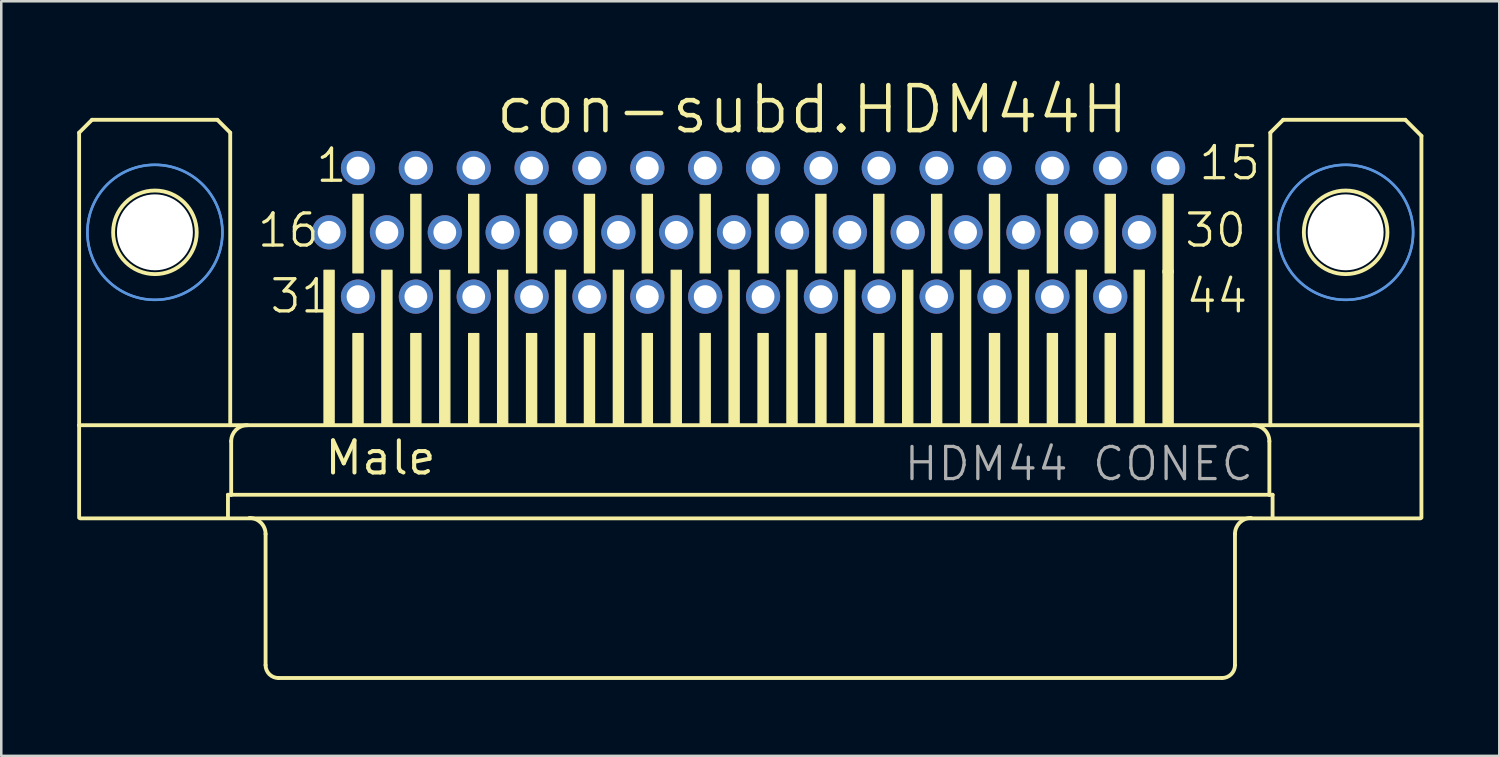
<source format=kicad_pcb>
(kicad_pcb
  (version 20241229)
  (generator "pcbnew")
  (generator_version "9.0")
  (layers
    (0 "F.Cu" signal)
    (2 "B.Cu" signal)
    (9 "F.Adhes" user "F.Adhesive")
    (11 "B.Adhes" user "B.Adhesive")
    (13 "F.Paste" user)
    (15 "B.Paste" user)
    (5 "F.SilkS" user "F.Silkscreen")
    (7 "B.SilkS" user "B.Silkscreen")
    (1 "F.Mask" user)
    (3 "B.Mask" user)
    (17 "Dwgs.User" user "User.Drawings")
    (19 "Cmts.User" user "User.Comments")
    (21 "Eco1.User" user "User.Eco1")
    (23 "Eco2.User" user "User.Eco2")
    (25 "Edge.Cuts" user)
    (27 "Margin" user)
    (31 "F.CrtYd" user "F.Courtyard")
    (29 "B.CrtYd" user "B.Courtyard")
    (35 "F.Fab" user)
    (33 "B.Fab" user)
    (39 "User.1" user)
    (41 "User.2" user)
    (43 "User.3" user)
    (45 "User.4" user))
  (footprint "con-subd.HDM44H"
    (layer "F.Cu")
    (at 26.59 6.128)
    (property "Reference" "con-subd.HDM44H" (at -10.16 -3.81 0) (layer "F.SilkS") (effects (font (size 1.778 1.778) (thickness 0.18)) (justify left bottom)))
    (attr through_hole)
    (fp_line (start -26.514 -3.937) (end -26.514 7.62) (stroke (width 0.152) (type default)) (layer "F.SilkS"))
    (fp_line (start -26.514 11.276) (end -26.514 7.62) (stroke (width 0.152) (type default)) (layer "F.SilkS"))
    (fp_line (start -26.47 11.3) (end 26.47 11.3) (stroke (width 0.152) (type default)) (layer "F.SilkS"))
    (fp_line (start -26.006 -4.445) (end -26.514 -3.937) (stroke (width 0.152) (type default)) (layer "F.SilkS"))
    (fp_line (start -21.053 -4.445) (end -26.006 -4.445) (stroke (width 0.152) (type default)) (layer "F.SilkS"))
    (fp_line (start -20.634 10.368) (end -20.634 11.276) (stroke (width 0.152) (type default)) (layer "F.SilkS"))
    (fp_line (start -20.545 -3.937) (end -21.053 -4.445) (stroke (width 0.152) (type default)) (layer "F.SilkS"))
    (fp_line (start -20.545 -3.937) (end -20.545 7.62) (stroke (width 0.152) (type default)) (layer "F.SilkS"))
    (fp_line (start -20.507 8.255) (end -20.507 10.368) (stroke (width 0.152) (type default)) (layer "F.SilkS"))
    (fp_line (start -20.507 10.368) (end -20.634 10.368) (stroke (width 0.152) (type default)) (layer "F.SilkS"))
    (fp_line (start -19.148 11.919) (end -19.148 17.099) (stroke (width 0.152) (type default)) (layer "F.SilkS"))
    (fp_line (start 18.64 17.607) (end -18.64 17.607) (stroke (width 0.152) (type default)) (layer "F.SilkS"))
    (fp_line (start 19.148 11.919) (end 19.148 17.099) (stroke (width 0.152) (type default)) (layer "F.SilkS"))
    (fp_line (start 20.507 8.255) (end 20.507 10.368) (stroke (width 0.152) (type default)) (layer "F.SilkS"))
    (fp_line (start 20.507 10.368) (end -20.507 10.368) (stroke (width 0.152) (type default)) (layer "F.SilkS"))
    (fp_line (start 20.545 -3.937) (end 20.545 7.62) (stroke (width 0.152) (type default)) (layer "F.SilkS"))
    (fp_line (start 20.634 10.368) (end 20.507 10.368) (stroke (width 0.152) (type default)) (layer "F.SilkS"))
    (fp_line (start 20.634 10.368) (end 20.634 11.276) (stroke (width 0.152) (type default)) (layer "F.SilkS"))
    (fp_line (start 21.053 -4.445) (end 20.545 -3.937) (stroke (width 0.152) (type default)) (layer "F.SilkS"))
    (fp_line (start 21.053 -4.445) (end 25.879 -4.445) (stroke (width 0.152) (type default)) (layer "F.SilkS"))
    (fp_line (start 25.879 -4.445) (end 26.514 -3.81) (stroke (width 0.152) (type default)) (layer "F.SilkS"))
    (fp_line (start 26.426 7.62) (end -26.514 7.62) (stroke (width 0.152) (type default)) (layer "F.SilkS"))
    (fp_line (start 26.514 -3.81) (end 26.514 11.276) (stroke (width 0.152) (type default)) (layer "F.SilkS"))
    (fp_rect (start -16.84 7.6) (end -16.44 1.5) (stroke (width 0.05) (type default)) (fill yes) (layer "F.SilkS"))
    (fp_rect (start -15.697 1.6) (end -15.297 -1.5) (stroke (width 0.05) (type default)) (fill yes) (layer "F.SilkS"))
    (fp_rect (start -15.697 7.6) (end -15.297 4) (stroke (width 0.05) (type default)) (fill yes) (layer "F.SilkS"))
    (fp_rect (start -14.554 7.6) (end -14.154 1.5) (stroke (width 0.05) (type default)) (fill yes) (layer "F.SilkS"))
    (fp_rect (start -13.411 1.6) (end -13.011 -1.5) (stroke (width 0.05) (type default)) (fill yes) (layer "F.SilkS"))
    (fp_rect (start -13.411 7.6) (end -13.011 4) (stroke (width 0.05) (type default)) (fill yes) (layer "F.SilkS"))
    (fp_rect (start -12.268 7.6) (end -11.868 1.5) (stroke (width 0.05) (type default)) (fill yes) (layer "F.SilkS"))
    (fp_rect (start -11.125 1.6) (end -10.725 -1.5) (stroke (width 0.05) (type default)) (fill yes) (layer "F.SilkS"))
    (fp_rect (start -11.125 7.6) (end -10.725 4) (stroke (width 0.05) (type default)) (fill yes) (layer "F.SilkS"))
    (fp_rect (start -9.982 7.6) (end -9.582 1.5) (stroke (width 0.05) (type default)) (fill yes) (layer "F.SilkS"))
    (fp_rect (start -8.839 1.6) (end -8.439 -1.5) (stroke (width 0.05) (type default)) (fill yes) (layer "F.SilkS"))
    (fp_rect (start -8.839 7.6) (end -8.439 4) (stroke (width 0.05) (type default)) (fill yes) (layer "F.SilkS"))
    (fp_rect (start -7.696 7.6) (end -7.296 1.5) (stroke (width 0.05) (type default)) (fill yes) (layer "F.SilkS"))
    (fp_rect (start -6.553 1.6) (end -6.153 -1.5) (stroke (width 0.05) (type default)) (fill yes) (layer "F.SilkS"))
    (fp_rect (start -6.553 7.6) (end -6.153 4) (stroke (width 0.05) (type default)) (fill yes) (layer "F.SilkS"))
    (fp_rect (start -5.41 7.6) (end -5.01 1.5) (stroke (width 0.05) (type default)) (fill yes) (layer "F.SilkS"))
    (fp_rect (start -4.267 1.6) (end -3.867 -1.5) (stroke (width 0.05) (type default)) (fill yes) (layer "F.SilkS"))
    (fp_rect (start -4.267 7.6) (end -3.867 4) (stroke (width 0.05) (type default)) (fill yes) (layer "F.SilkS"))
    (fp_rect (start -3.124 7.6) (end -2.724 1.5) (stroke (width 0.05) (type default)) (fill yes) (layer "F.SilkS"))
    (fp_rect (start -1.981 1.6) (end -1.581 -1.5) (stroke (width 0.05) (type default)) (fill yes) (layer "F.SilkS"))
    (fp_rect (start -1.981 7.6) (end -1.581 4) (stroke (width 0.05) (type default)) (fill yes) (layer "F.SilkS"))
    (fp_rect (start -0.838 7.6) (end -0.438 1.5) (stroke (width 0.05) (type default)) (fill yes) (layer "F.SilkS"))
    (fp_rect (start 0.305 1.6) (end 0.705 -1.5) (stroke (width 0.05) (type default)) (fill yes) (layer "F.SilkS"))
    (fp_rect (start 0.305 7.6) (end 0.705 4) (stroke (width 0.05) (type default)) (fill yes) (layer "F.SilkS"))
    (fp_rect (start 1.448 7.6) (end 1.848 1.5) (stroke (width 0.05) (type default)) (fill yes) (layer "F.SilkS"))
    (fp_rect (start 2.591 1.6) (end 2.991 -1.5) (stroke (width 0.05) (type default)) (fill yes) (layer "F.SilkS"))
    (fp_rect (start 2.591 7.6) (end 2.991 4) (stroke (width 0.05) (type default)) (fill yes) (layer "F.SilkS"))
    (fp_rect (start 3.734 7.6) (end 4.134 1.5) (stroke (width 0.05) (type default)) (fill yes) (layer "F.SilkS"))
    (fp_rect (start 4.877 1.6) (end 5.277 -1.5) (stroke (width 0.05) (type default)) (fill yes) (layer "F.SilkS"))
    (fp_rect (start 4.877 7.6) (end 5.277 4) (stroke (width 0.05) (type default)) (fill yes) (layer "F.SilkS"))
    (fp_rect (start 6.02 7.6) (end 6.42 1.5) (stroke (width 0.05) (type default)) (fill yes) (layer "F.SilkS"))
    (fp_rect (start 7.163 1.6) (end 7.563 -1.5) (stroke (width 0.05) (type default)) (fill yes) (layer "F.SilkS"))
    (fp_rect (start 7.163 7.6) (end 7.563 4) (stroke (width 0.05) (type default)) (fill yes) (layer "F.SilkS"))
    (fp_rect (start 8.306 7.6) (end 8.706 1.5) (stroke (width 0.05) (type default)) (fill yes) (layer "F.SilkS"))
    (fp_rect (start 9.449 1.6) (end 9.849 -1.5) (stroke (width 0.05) (type default)) (fill yes) (layer "F.SilkS"))
    (fp_rect (start 9.449 7.6) (end 9.849 4) (stroke (width 0.05) (type default)) (fill yes) (layer "F.SilkS"))
    (fp_rect (start 10.592 7.6) (end 10.992 1.5) (stroke (width 0.05) (type default)) (fill yes) (layer "F.SilkS"))
    (fp_rect (start 11.735 1.6) (end 12.135 -1.5) (stroke (width 0.05) (type default)) (fill yes) (layer "F.SilkS"))
    (fp_rect (start 11.735 7.6) (end 12.135 4) (stroke (width 0.05) (type default)) (fill yes) (layer "F.SilkS"))
    (fp_rect (start 12.878 7.6) (end 13.278 1.5) (stroke (width 0.05) (type default)) (fill yes) (layer "F.SilkS"))
    (fp_rect (start 14.021 1.6) (end 14.421 -1.5) (stroke (width 0.05) (type default)) (fill yes) (layer "F.SilkS"))
    (fp_rect (start 14.021 7.6) (end 14.421 4) (stroke (width 0.05) (type default)) (fill yes) (layer "F.SilkS"))
    (fp_rect (start 15.164 7.6) (end 15.564 1.5) (stroke (width 0.05) (type default)) (fill yes) (layer "F.SilkS"))
    (fp_rect (start 16.307 1.6) (end 16.707 -1.5) (stroke (width 0.05) (type default)) (fill yes) (layer "F.SilkS"))
    (fp_rect (start 16.307 7.6) (end 16.707 1.5) (stroke (width 0.05) (type default)) (fill yes) (layer "F.SilkS"))
    (fp_arc (start -20.507 8.255) (mid -20.321013 7.805987) (end -19.872 7.62) (stroke (width 0.1524) (type default)) (layer "F.SilkS"))
    (fp_arc (start -19.783 11.284) (mid -19.333987 11.469987) (end -19.148 11.919) (stroke (width 0.1524) (type default)) (layer "F.SilkS"))
    (fp_arc (start -18.64 17.607) (mid -18.99921 17.45821) (end -19.148 17.099) (stroke (width 0.1524) (type default)) (layer "F.SilkS"))
    (fp_arc (start 19.148 11.919) (mid 19.333987 11.469987) (end 19.783 11.284) (stroke (width 0.1524) (type default)) (layer "F.SilkS"))
    (fp_arc (start 19.148 17.099) (mid 18.99921 17.45821) (end 18.64 17.607) (stroke (width 0.1524) (type default)) (layer "F.SilkS"))
    (fp_arc (start 19.872 7.62) (mid 20.321013 7.805987) (end 20.507 8.255) (stroke (width 0.1524) (type default)) (layer "F.SilkS"))
    (fp_circle (center -23.52 0) (end -21.869 0) (stroke (width 0.152) (type default)) (fill no) (layer "F.SilkS"))
    (fp_circle (center 23.52 0) (end 25.171 0) (stroke (width 0.152) (type default)) (fill no) (layer "F.SilkS"))
    (fp_circle (center -23.52 0) (end -20.853 0) (stroke (width 0.1) (type default)) (fill no) (layer "Cmts.User"))
    (fp_circle (center -23.52 0) (end -20.853 0) (stroke (width 0.1) (type default)) (fill no) (layer "Cmts.User"))
    (fp_circle (center 23.52 0) (end 26.187 0) (stroke (width 0.1) (type default)) (fill no) (layer "Cmts.User"))
    (fp_circle (center 23.52 0) (end 26.187 0) (stroke (width 0.1) (type default)) (fill no) (layer "Cmts.User"))
    (fp_text user "1" (at -17.234 -1.895 0) (layer "F.SilkS") (effects (font (size 1.27 1.27) (thickness 0.13)) (justify left bottom)))
    (fp_text user "Male" (at -16.891 9.652 0) (layer "F.SilkS") (effects (font (size 1.27 1.27) (thickness 0.16)) (justify left bottom)))
    (fp_text user "15" (at 17.644 -1.995 0) (layer "F.SilkS") (effects (font (size 1.27 1.27) (thickness 0.13)) (justify left bottom)))
    (fp_text user "31" (at -19.047 3.265 0) (layer "F.SilkS") (effects (font (size 1.27 1.27) (thickness 0.13)) (justify left bottom)))
    (fp_text user "44" (at 17.139 3.265 0) (layer "F.SilkS") (effects (font (size 1.27 1.27) (thickness 0.13)) (justify left bottom)))
    (fp_text user "30" (at 17.088 0.665 0) (layer "F.SilkS") (effects (font (size 1.27 1.27) (thickness 0.13)) (justify left bottom)))
    (fp_text user "16" (at -19.547 0.665 0) (layer "F.SilkS") (effects (font (size 1.27 1.27) (thickness 0.13)) (justify left bottom)))
    (fp_text user "HDM44 CONEC" (at 6.001 9.891 0) (layer "F.Fab") (effects (font (size 1.27 1.27) (thickness 0.13)) (justify left bottom)))
    (pad "" np_thru_hole circle (at -23.52 0) (size 3 3) (drill 3) (layers "*.Cu" "*.Mask"))
    (pad "" np_thru_hole circle (at 23.52 0) (size 3 3) (drill 3) (layers "*.Cu" "*.Mask"))
    (pad "1" thru_hole circle (at -15.497 -2.54) (size 1.35 1.35) (drill 0.9) (layers "*.Cu" "*.Mask"))
    (pad "2" thru_hole circle (at -13.211 -2.54) (size 1.35 1.35) (drill 0.9) (layers "*.Cu" "*.Mask"))
    (pad "3" thru_hole circle (at -10.925 -2.54) (size 1.35 1.35) (drill 0.9) (layers "*.Cu" "*.Mask"))
    (pad "4" thru_hole circle (at -8.639 -2.54) (size 1.35 1.35) (drill 0.9) (layers "*.Cu" "*.Mask"))
    (pad "5" thru_hole circle (at -6.353 -2.54) (size 1.35 1.35) (drill 0.9) (layers "*.Cu" "*.Mask"))
    (pad "6" thru_hole circle (at -4.067 -2.54) (size 1.35 1.35) (drill 0.9) (layers "*.Cu" "*.Mask"))
    (pad "7" thru_hole circle (at -1.781 -2.54) (size 1.35 1.35) (drill 0.9) (layers "*.Cu" "*.Mask"))
    (pad "8" thru_hole circle (at 0.505 -2.54) (size 1.35 1.35) (drill 0.9) (layers "*.Cu" "*.Mask"))
    (pad "9" thru_hole circle (at 2.791 -2.54) (size 1.35 1.35) (drill 0.9) (layers "*.Cu" "*.Mask"))
    (pad "10" thru_hole circle (at 5.077 -2.54) (size 1.35 1.35) (drill 0.9) (layers "*.Cu" "*.Mask"))
    (pad "11" thru_hole circle (at 7.363 -2.54) (size 1.35 1.35) (drill 0.9) (layers "*.Cu" "*.Mask"))
    (pad "12" thru_hole circle (at 9.649 -2.54) (size 1.35 1.35) (drill 0.9) (layers "*.Cu" "*.Mask"))
    (pad "13" thru_hole circle (at 11.935 -2.54) (size 1.35 1.35) (drill 0.9) (layers "*.Cu" "*.Mask"))
    (pad "14" thru_hole circle (at 14.221 -2.54) (size 1.35 1.35) (drill 0.9) (layers "*.Cu" "*.Mask"))
    (pad "15" thru_hole circle (at 16.507 -2.54) (size 1.35 1.35) (drill 0.9) (layers "*.Cu" "*.Mask"))
    (pad "16" thru_hole circle (at -16.64 0) (size 1.35 1.35) (drill 0.9) (layers "*.Cu" "*.Mask"))
    (pad "17" thru_hole circle (at -14.354 0) (size 1.35 1.35) (drill 0.9) (layers "*.Cu" "*.Mask"))
    (pad "18" thru_hole circle (at -12.068 0) (size 1.35 1.35) (drill 0.9) (layers "*.Cu" "*.Mask"))
    (pad "19" thru_hole circle (at -9.782 0) (size 1.35 1.35) (drill 0.9) (layers "*.Cu" "*.Mask"))
    (pad "20" thru_hole circle (at -7.496 0) (size 1.35 1.35) (drill 0.9) (layers "*.Cu" "*.Mask"))
    (pad "21" thru_hole circle (at -5.21 0) (size 1.35 1.35) (drill 0.9) (layers "*.Cu" "*.Mask"))
    (pad "22" thru_hole circle (at -2.924 0) (size 1.35 1.35) (drill 0.9) (layers "*.Cu" "*.Mask"))
    (pad "23" thru_hole circle (at -0.638 0) (size 1.35 1.35) (drill 0.9) (layers "*.Cu" "*.Mask"))
    (pad "24" thru_hole circle (at 1.648 0) (size 1.35 1.35) (drill 0.9) (layers "*.Cu" "*.Mask"))
    (pad "25" thru_hole circle (at 3.934 0) (size 1.35 1.35) (drill 0.9) (layers "*.Cu" "*.Mask"))
    (pad "26" thru_hole circle (at 6.22 0) (size 1.35 1.35) (drill 0.9) (layers "*.Cu" "*.Mask"))
    (pad "27" thru_hole circle (at 8.506 0) (size 1.35 1.35) (drill 0.9) (layers "*.Cu" "*.Mask"))
    (pad "28" thru_hole circle (at 10.792 0) (size 1.35 1.35) (drill 0.9) (layers "*.Cu" "*.Mask"))
    (pad "29" thru_hole circle (at 13.078 0) (size 1.35 1.35) (drill 0.9) (layers "*.Cu" "*.Mask"))
    (pad "30" thru_hole circle (at 15.364 0) (size 1.35 1.35) (drill 0.9) (layers "*.Cu" "*.Mask"))
    (pad "31" thru_hole circle (at -15.497 2.54) (size 1.35 1.35) (drill 0.9) (layers "*.Cu" "*.Mask"))
    (pad "32" thru_hole circle (at -13.211 2.54) (size 1.35 1.35) (drill 0.9) (layers "*.Cu" "*.Mask"))
    (pad "33" thru_hole circle (at -10.925 2.54) (size 1.35 1.35) (drill 0.9) (layers "*.Cu" "*.Mask"))
    (pad "34" thru_hole circle (at -8.639 2.54) (size 1.35 1.35) (drill 0.9) (layers "*.Cu" "*.Mask"))
    (pad "35" thru_hole circle (at -6.353 2.54) (size 1.35 1.35) (drill 0.9) (layers "*.Cu" "*.Mask"))
    (pad "36" thru_hole circle (at -4.067 2.54) (size 1.35 1.35) (drill 0.9) (layers "*.Cu" "*.Mask"))
    (pad "37" thru_hole circle (at -1.781 2.54) (size 1.35 1.35) (drill 0.9) (layers "*.Cu" "*.Mask"))
    (pad "38" thru_hole circle (at 0.505 2.54) (size 1.35 1.35) (drill 0.9) (layers "*.Cu" "*.Mask"))
    (pad "39" thru_hole circle (at 2.791 2.54) (size 1.35 1.35) (drill 0.9) (layers "*.Cu" "*.Mask"))
    (pad "40" thru_hole circle (at 5.077 2.54) (size 1.35 1.35) (drill 0.9) (layers "*.Cu" "*.Mask"))
    (pad "41" thru_hole circle (at 7.363 2.54) (size 1.35 1.35) (drill 0.9) (layers "*.Cu" "*.Mask"))
    (pad "42" thru_hole circle (at 9.649 2.54) (size 1.35 1.35) (drill 0.9) (layers "*.Cu" "*.Mask"))
    (pad "43" thru_hole circle (at 11.935 2.54) (size 1.35 1.35) (drill 0.9) (layers "*.Cu" "*.Mask"))
    (pad "44" thru_hole circle (at 14.221 2.54) (size 1.35 1.35) (drill 0.9) (layers "*.Cu" "*.Mask")))
  (gr_rect
    (start -3 -3)
    (end 56.18 26.811)
    (stroke (width 0.1) (type default))
    (fill no)
    (layer "Edge.Cuts")))
</source>
